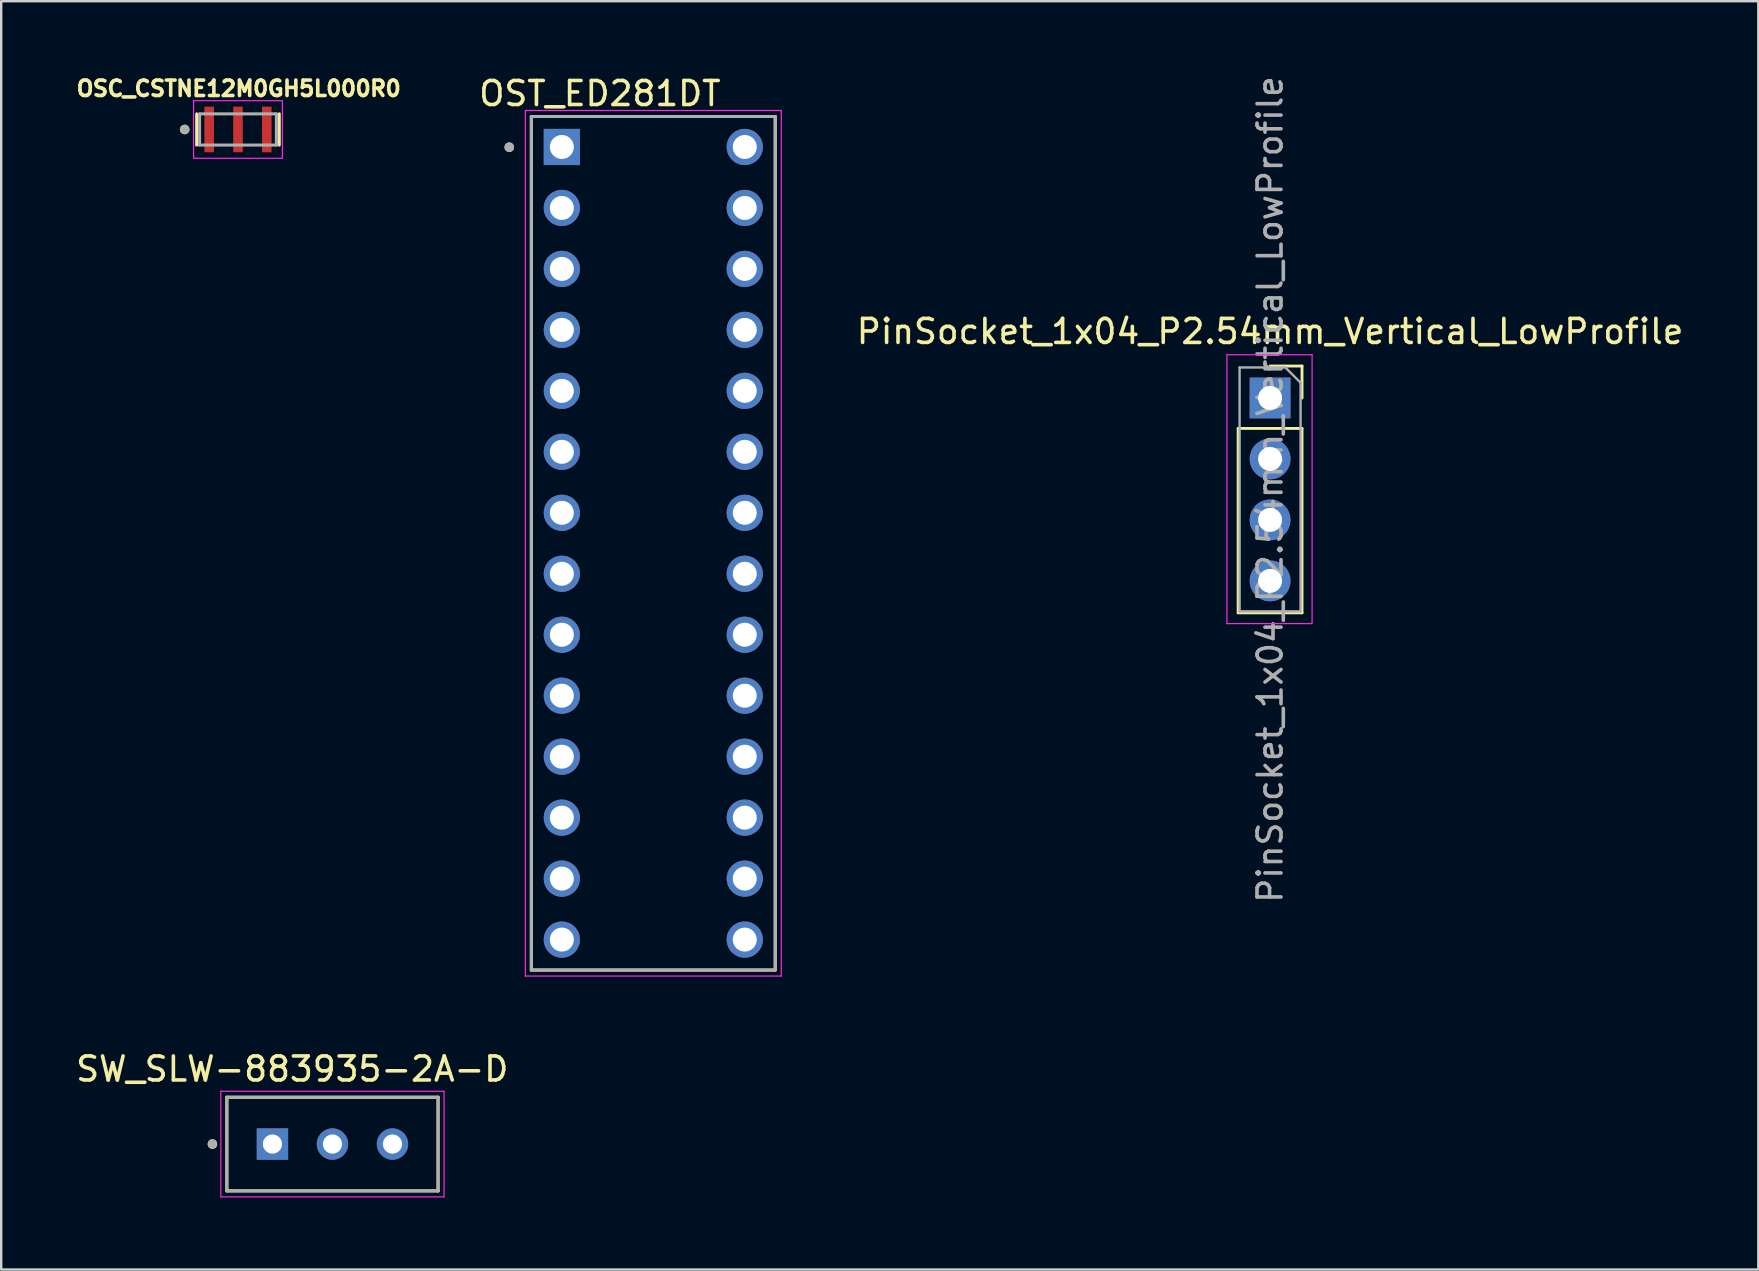
<source format=kicad_pcb>
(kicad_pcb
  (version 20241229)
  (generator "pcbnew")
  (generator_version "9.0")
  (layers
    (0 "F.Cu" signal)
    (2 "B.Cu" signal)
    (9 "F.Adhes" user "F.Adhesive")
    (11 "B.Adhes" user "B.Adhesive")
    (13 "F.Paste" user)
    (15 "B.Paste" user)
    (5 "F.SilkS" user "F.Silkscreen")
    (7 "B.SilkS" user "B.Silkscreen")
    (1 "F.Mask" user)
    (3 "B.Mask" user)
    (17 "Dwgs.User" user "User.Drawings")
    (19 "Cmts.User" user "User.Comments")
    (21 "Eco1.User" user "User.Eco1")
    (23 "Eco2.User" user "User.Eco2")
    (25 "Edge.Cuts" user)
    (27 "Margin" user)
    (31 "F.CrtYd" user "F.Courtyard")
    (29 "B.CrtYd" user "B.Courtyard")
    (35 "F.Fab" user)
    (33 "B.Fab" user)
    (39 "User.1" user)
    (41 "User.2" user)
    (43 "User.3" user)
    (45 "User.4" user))
  (footprint "OSC_CSTNE12M0GH5L000R0"
    (layer "F.Cu")
    (at 6.864 2.344)
    (property "Reference" "OSC_CSTNE12M0GH5L000R0" (at 0.032 -1.706 0) (layer "F.SilkS") (effects (font (size 0.64 0.64) (thickness 0.15))))
    (attr smd)
    (fp_line (start -1.72 -0.65) (end -1.72 0.65) (stroke (width 0.127) (type solid)) (layer "F.SilkS"))
    (fp_line (start 1.72 -0.65) (end 1.72 0.65) (stroke (width 0.127) (type solid)) (layer "F.SilkS"))
    (fp_circle (center -2.22 0) (end -2.12 0) (stroke (width 0.2) (type solid)) (fill no) (layer "F.SilkS"))
    (fp_line (start -1.85 -1.2) (end 1.85 -1.2) (stroke (width 0.05) (type solid)) (layer "F.CrtYd"))
    (fp_line (start -1.85 1.2) (end -1.85 -1.2) (stroke (width 0.05) (type solid)) (layer "F.CrtYd"))
    (fp_line (start 1.85 -1.2) (end 1.85 1.2) (stroke (width 0.05) (type solid)) (layer "F.CrtYd"))
    (fp_line (start 1.85 1.2) (end -1.85 1.2) (stroke (width 0.05) (type solid)) (layer "F.CrtYd"))
    (fp_line (start -1.6 -0.65) (end -1.6 0.65) (stroke (width 0.127) (type solid)) (layer "F.Fab"))
    (fp_line (start -1.6 -0.65) (end 1.6 -0.65) (stroke (width 0.127) (type solid)) (layer "F.Fab"))
    (fp_line (start 1.6 -0.65) (end 1.6 0.65) (stroke (width 0.127) (type solid)) (layer "F.Fab"))
    (fp_line (start 1.6 0.65) (end -1.6 0.65) (stroke (width 0.127) (type solid)) (layer "F.Fab"))
    (fp_circle (center -2.22 0) (end -2.12 0) (stroke (width 0.2) (type solid)) (fill no) (layer "F.Fab"))
    (pad "1" smd rect (at -1.2 0) (size 0.4 1.9) (layers "F.Cu" "F.Mask" "F.Paste"))
    (pad "2" smd rect (at 0 0) (size 0.4 1.9) (layers "F.Cu" "F.Mask" "F.Paste"))
    (pad "3" smd rect (at 1.2 0) (size 0.4 1.9) (layers "F.Cu" "F.Mask" "F.Paste")))
  (footprint "SW_SLW-883935-2A-D"
    (layer "F.Cu")
    (at 10.8 44.611)
    (property "Reference" "SW_SLW-883935-2A-D" (at -1.675 -3.125 0) (layer "F.SilkS") (effects (font (size 1 1) (thickness 0.15))))
    (attr through_hole)
    (fp_line (start -4.4 -1.95) (end -4.4 1.95) (stroke (width 0.127) (type solid)) (layer "F.SilkS"))
    (fp_line (start -4.4 1.95) (end 4.4 1.95) (stroke (width 0.127) (type solid)) (layer "F.SilkS"))
    (fp_line (start 4.4 -1.95) (end -4.4 -1.95) (stroke (width 0.127) (type solid)) (layer "F.SilkS"))
    (fp_line (start 4.4 1.95) (end 4.4 -1.95) (stroke (width 0.127) (type solid)) (layer "F.SilkS"))
    (fp_circle (center -5 0) (end -4.9 0) (stroke (width 0.2) (type solid)) (fill no) (layer "F.SilkS"))
    (fp_line (start -4.65 -2.2) (end -4.65 2.2) (stroke (width 0.05) (type solid)) (layer "F.CrtYd"))
    (fp_line (start -4.65 2.2) (end 4.65 2.2) (stroke (width 0.05) (type solid)) (layer "F.CrtYd"))
    (fp_line (start 4.65 -2.2) (end -4.65 -2.2) (stroke (width 0.05) (type solid)) (layer "F.CrtYd"))
    (fp_line (start 4.65 2.2) (end 4.65 -2.2) (stroke (width 0.05) (type solid)) (layer "F.CrtYd"))
    (fp_line (start -4.4 -1.95) (end -4.4 1.95) (stroke (width 0.127) (type solid)) (layer "F.Fab"))
    (fp_line (start -4.4 1.95) (end 4.4 1.95) (stroke (width 0.127) (type solid)) (layer "F.Fab"))
    (fp_line (start 4.4 -1.95) (end -4.4 -1.95) (stroke (width 0.127) (type solid)) (layer "F.Fab"))
    (fp_line (start 4.4 1.95) (end 4.4 -1.95) (stroke (width 0.127) (type solid)) (layer "F.Fab"))
    (fp_circle (center -5 0) (end -4.9 0) (stroke (width 0.2) (type solid)) (fill no) (layer "F.Fab"))
    (pad "1" thru_hole rect (at -2.5 0) (size 1.308 1.308) (drill 0.8) (layers "*.Cu" "*.Mask"))
    (pad "2" thru_hole circle (at 0 0) (size 1.308 1.308) (drill 0.8) (layers "*.Cu" "*.Mask"))
    (pad "3" thru_hole circle (at 2.5 0) (size 1.308 1.308) (drill 0.8) (layers "*.Cu" "*.Mask")))
  (footprint "PinSocket_1x04_P2.54mm_Vertical_LowProfile"
    (layer "F.Cu")
    (at 49.861 13.529)
    (property "Reference" "PinSocket_1x04_P2.54mm_Vertical_LowProfile" (at 0 -2.77 0) (layer "F.SilkS") (effects (font (size 1 1) (thickness 0.15))))
    (attr through_hole)
    (fp_line (start -1.33 1.27) (end -1.33 8.95) (stroke (width 0.12) (type solid)) (layer "F.SilkS"))
    (fp_line (start -1.33 1.27) (end 1.33 1.27) (stroke (width 0.12) (type solid)) (layer "F.SilkS"))
    (fp_line (start -1.33 8.95) (end 1.33 8.95) (stroke (width 0.12) (type solid)) (layer "F.SilkS"))
    (fp_line (start 0 -1.33) (end 1.33 -1.33) (stroke (width 0.12) (type solid)) (layer "F.SilkS"))
    (fp_line (start 1.33 -1.33) (end 1.33 0) (stroke (width 0.12) (type solid)) (layer "F.SilkS"))
    (fp_line (start 1.33 1.27) (end 1.33 8.95) (stroke (width 0.12) (type solid)) (layer "F.SilkS"))
    (fp_line (start -1.8 -1.8) (end 1.75 -1.8) (stroke (width 0.05) (type solid)) (layer "F.CrtYd"))
    (fp_line (start -1.8 9.4) (end -1.8 -1.8) (stroke (width 0.05) (type solid)) (layer "F.CrtYd"))
    (fp_line (start 1.75 -1.8) (end 1.75 9.4) (stroke (width 0.05) (type solid)) (layer "F.CrtYd"))
    (fp_line (start 1.75 9.4) (end -1.8 9.4) (stroke (width 0.05) (type solid)) (layer "F.CrtYd"))
    (fp_line (start -1.27 -1.27) (end 0.635 -1.27) (stroke (width 0.1) (type solid)) (layer "F.Fab"))
    (fp_line (start -1.27 8.89) (end -1.27 -1.27) (stroke (width 0.1) (type solid)) (layer "F.Fab"))
    (fp_line (start 0.635 -1.27) (end 1.27 -0.635) (stroke (width 0.1) (type solid)) (layer "F.Fab"))
    (fp_line (start 1.27 -0.635) (end 1.27 8.89) (stroke (width 0.1) (type solid)) (layer "F.Fab"))
    (fp_line (start 1.27 8.89) (end -1.27 8.89) (stroke (width 0.1) (type solid)) (layer "F.Fab"))
    (fp_text user "${REFERENCE}" (at 0 3.81 90) (layer "F.Fab") (effects (font (size 1 1) (thickness 0.15))))
    (pad "1" thru_hole rect (at 0 0) (size 1.7 1.7) (drill 1) (layers "*.Cu" "*.Mask"))
    (pad "2" thru_hole circle (at 0 2.54) (size 1.7 1.7) (drill 1) (layers "*.Cu" "*.Mask"))
    (pad "3" thru_hole circle (at 0 5.08) (size 1.7 1.7) (drill 1) (layers "*.Cu" "*.Mask"))
    (pad "4" thru_hole circle (at 0 7.62) (size 1.7 1.7) (drill 1) (layers "*.Cu" "*.Mask")))
  (footprint "OST_ED281DT"
    (layer "F.Cu")
    (at 24.166 19.583)
    (property "Reference" "OST_ED281DT" (at -2.225 -18.735 0) (layer "F.SilkS") (effects (font (size 1 1) (thickness 0.15))))
    (attr through_hole)
    (fp_line (start -5.08 -17.78) (end 5.08 -17.78) (stroke (width 0.127) (type solid)) (layer "F.SilkS"))
    (fp_line (start -5.08 17.78) (end -5.08 -17.78) (stroke (width 0.127) (type solid)) (layer "F.SilkS"))
    (fp_line (start 5.08 -17.78) (end 5.08 17.78) (stroke (width 0.127) (type solid)) (layer "F.SilkS"))
    (fp_line (start 5.08 17.78) (end -5.08 17.78) (stroke (width 0.127) (type solid)) (layer "F.SilkS"))
    (fp_circle (center -6 -16.5) (end -5.9 -16.5) (stroke (width 0.2) (type solid)) (fill no) (layer "F.SilkS"))
    (fp_line (start -5.33 -18.03) (end 5.33 -18.03) (stroke (width 0.05) (type solid)) (layer "F.CrtYd"))
    (fp_line (start -5.33 18.03) (end -5.33 -18.03) (stroke (width 0.05) (type solid)) (layer "F.CrtYd"))
    (fp_line (start 5.33 -18.03) (end 5.33 18.03) (stroke (width 0.05) (type solid)) (layer "F.CrtYd"))
    (fp_line (start 5.33 18.03) (end -5.33 18.03) (stroke (width 0.05) (type solid)) (layer "F.CrtYd"))
    (fp_line (start -5.08 -17.78) (end 5.08 -17.78) (stroke (width 0.127) (type solid)) (layer "F.Fab"))
    (fp_line (start -5.08 17.78) (end -5.08 -17.78) (stroke (width 0.127) (type solid)) (layer "F.Fab"))
    (fp_line (start 5.08 -17.78) (end 5.08 17.78) (stroke (width 0.127) (type solid)) (layer "F.Fab"))
    (fp_line (start 5.08 17.78) (end -5.08 17.78) (stroke (width 0.127) (type solid)) (layer "F.Fab"))
    (fp_circle (center -6 -16.5) (end -5.9 -16.5) (stroke (width 0.2) (type solid)) (fill no) (layer "F.Fab"))
    (pad "1" thru_hole rect (at -3.81 -16.51) (size 1.508 1.508) (drill 1) (layers "*.Cu" "*.Mask"))
    (pad "2" thru_hole circle (at -3.81 -13.97) (size 1.508 1.508) (drill 1) (layers "*.Cu" "*.Mask"))
    (pad "3" thru_hole circle (at -3.81 -11.43) (size 1.508 1.508) (drill 1) (layers "*.Cu" "*.Mask"))
    (pad "4" thru_hole circle (at -3.81 -8.89) (size 1.508 1.508) (drill 1) (layers "*.Cu" "*.Mask"))
    (pad "5" thru_hole circle (at -3.81 -6.35) (size 1.508 1.508) (drill 1) (layers "*.Cu" "*.Mask"))
    (pad "6" thru_hole circle (at -3.81 -3.81) (size 1.508 1.508) (drill 1) (layers "*.Cu" "*.Mask"))
    (pad "7" thru_hole circle (at -3.81 -1.27) (size 1.508 1.508) (drill 1) (layers "*.Cu" "*.Mask"))
    (pad "8" thru_hole circle (at -3.81 1.27) (size 1.508 1.508) (drill 1) (layers "*.Cu" "*.Mask"))
    (pad "9" thru_hole circle (at -3.81 3.81) (size 1.508 1.508) (drill 1) (layers "*.Cu" "*.Mask"))
    (pad "10" thru_hole circle (at -3.81 6.35) (size 1.508 1.508) (drill 1) (layers "*.Cu" "*.Mask"))
    (pad "11" thru_hole circle (at -3.81 8.89) (size 1.508 1.508) (drill 1) (layers "*.Cu" "*.Mask"))
    (pad "12" thru_hole circle (at -3.81 11.43) (size 1.508 1.508) (drill 1) (layers "*.Cu" "*.Mask"))
    (pad "13" thru_hole circle (at -3.81 13.97) (size 1.508 1.508) (drill 1) (layers "*.Cu" "*.Mask"))
    (pad "14" thru_hole circle (at -3.81 16.51) (size 1.508 1.508) (drill 1) (layers "*.Cu" "*.Mask"))
    (pad "15" thru_hole circle (at 3.81 16.51) (size 1.508 1.508) (drill 1) (layers "*.Cu" "*.Mask"))
    (pad "16" thru_hole circle (at 3.81 13.97) (size 1.508 1.508) (drill 1) (layers "*.Cu" "*.Mask"))
    (pad "17" thru_hole circle (at 3.81 11.43) (size 1.508 1.508) (drill 1) (layers "*.Cu" "*.Mask"))
    (pad "18" thru_hole circle (at 3.81 8.89) (size 1.508 1.508) (drill 1) (layers "*.Cu" "*.Mask"))
    (pad "19" thru_hole circle (at 3.81 6.35) (size 1.508 1.508) (drill 1) (layers "*.Cu" "*.Mask"))
    (pad "20" thru_hole circle (at 3.81 3.81) (size 1.508 1.508) (drill 1) (layers "*.Cu" "*.Mask"))
    (pad "21" thru_hole circle (at 3.81 1.27) (size 1.508 1.508) (drill 1) (layers "*.Cu" "*.Mask"))
    (pad "22" thru_hole circle (at 3.81 -1.27) (size 1.508 1.508) (drill 1) (layers "*.Cu" "*.Mask"))
    (pad "23" thru_hole circle (at 3.81 -3.81) (size 1.508 1.508) (drill 1) (layers "*.Cu" "*.Mask"))
    (pad "24" thru_hole circle (at 3.81 -6.35) (size 1.508 1.508) (drill 1) (layers "*.Cu" "*.Mask"))
    (pad "25" thru_hole circle (at 3.81 -8.89) (size 1.508 1.508) (drill 1) (layers "*.Cu" "*.Mask"))
    (pad "26" thru_hole circle (at 3.81 -11.43) (size 1.508 1.508) (drill 1) (layers "*.Cu" "*.Mask"))
    (pad "27" thru_hole circle (at 3.81 -13.97) (size 1.508 1.508) (drill 1) (layers "*.Cu" "*.Mask"))
    (pad "28" thru_hole circle (at 3.81 -16.51) (size 1.508 1.508) (drill 1) (layers "*.Cu" "*.Mask")))
  (gr_rect
    (start -3 -3)
    (end 70.2 49.837)
    (stroke (width 0.1) (type default))
    (fill no)
    (layer "Edge.Cuts")))
</source>
